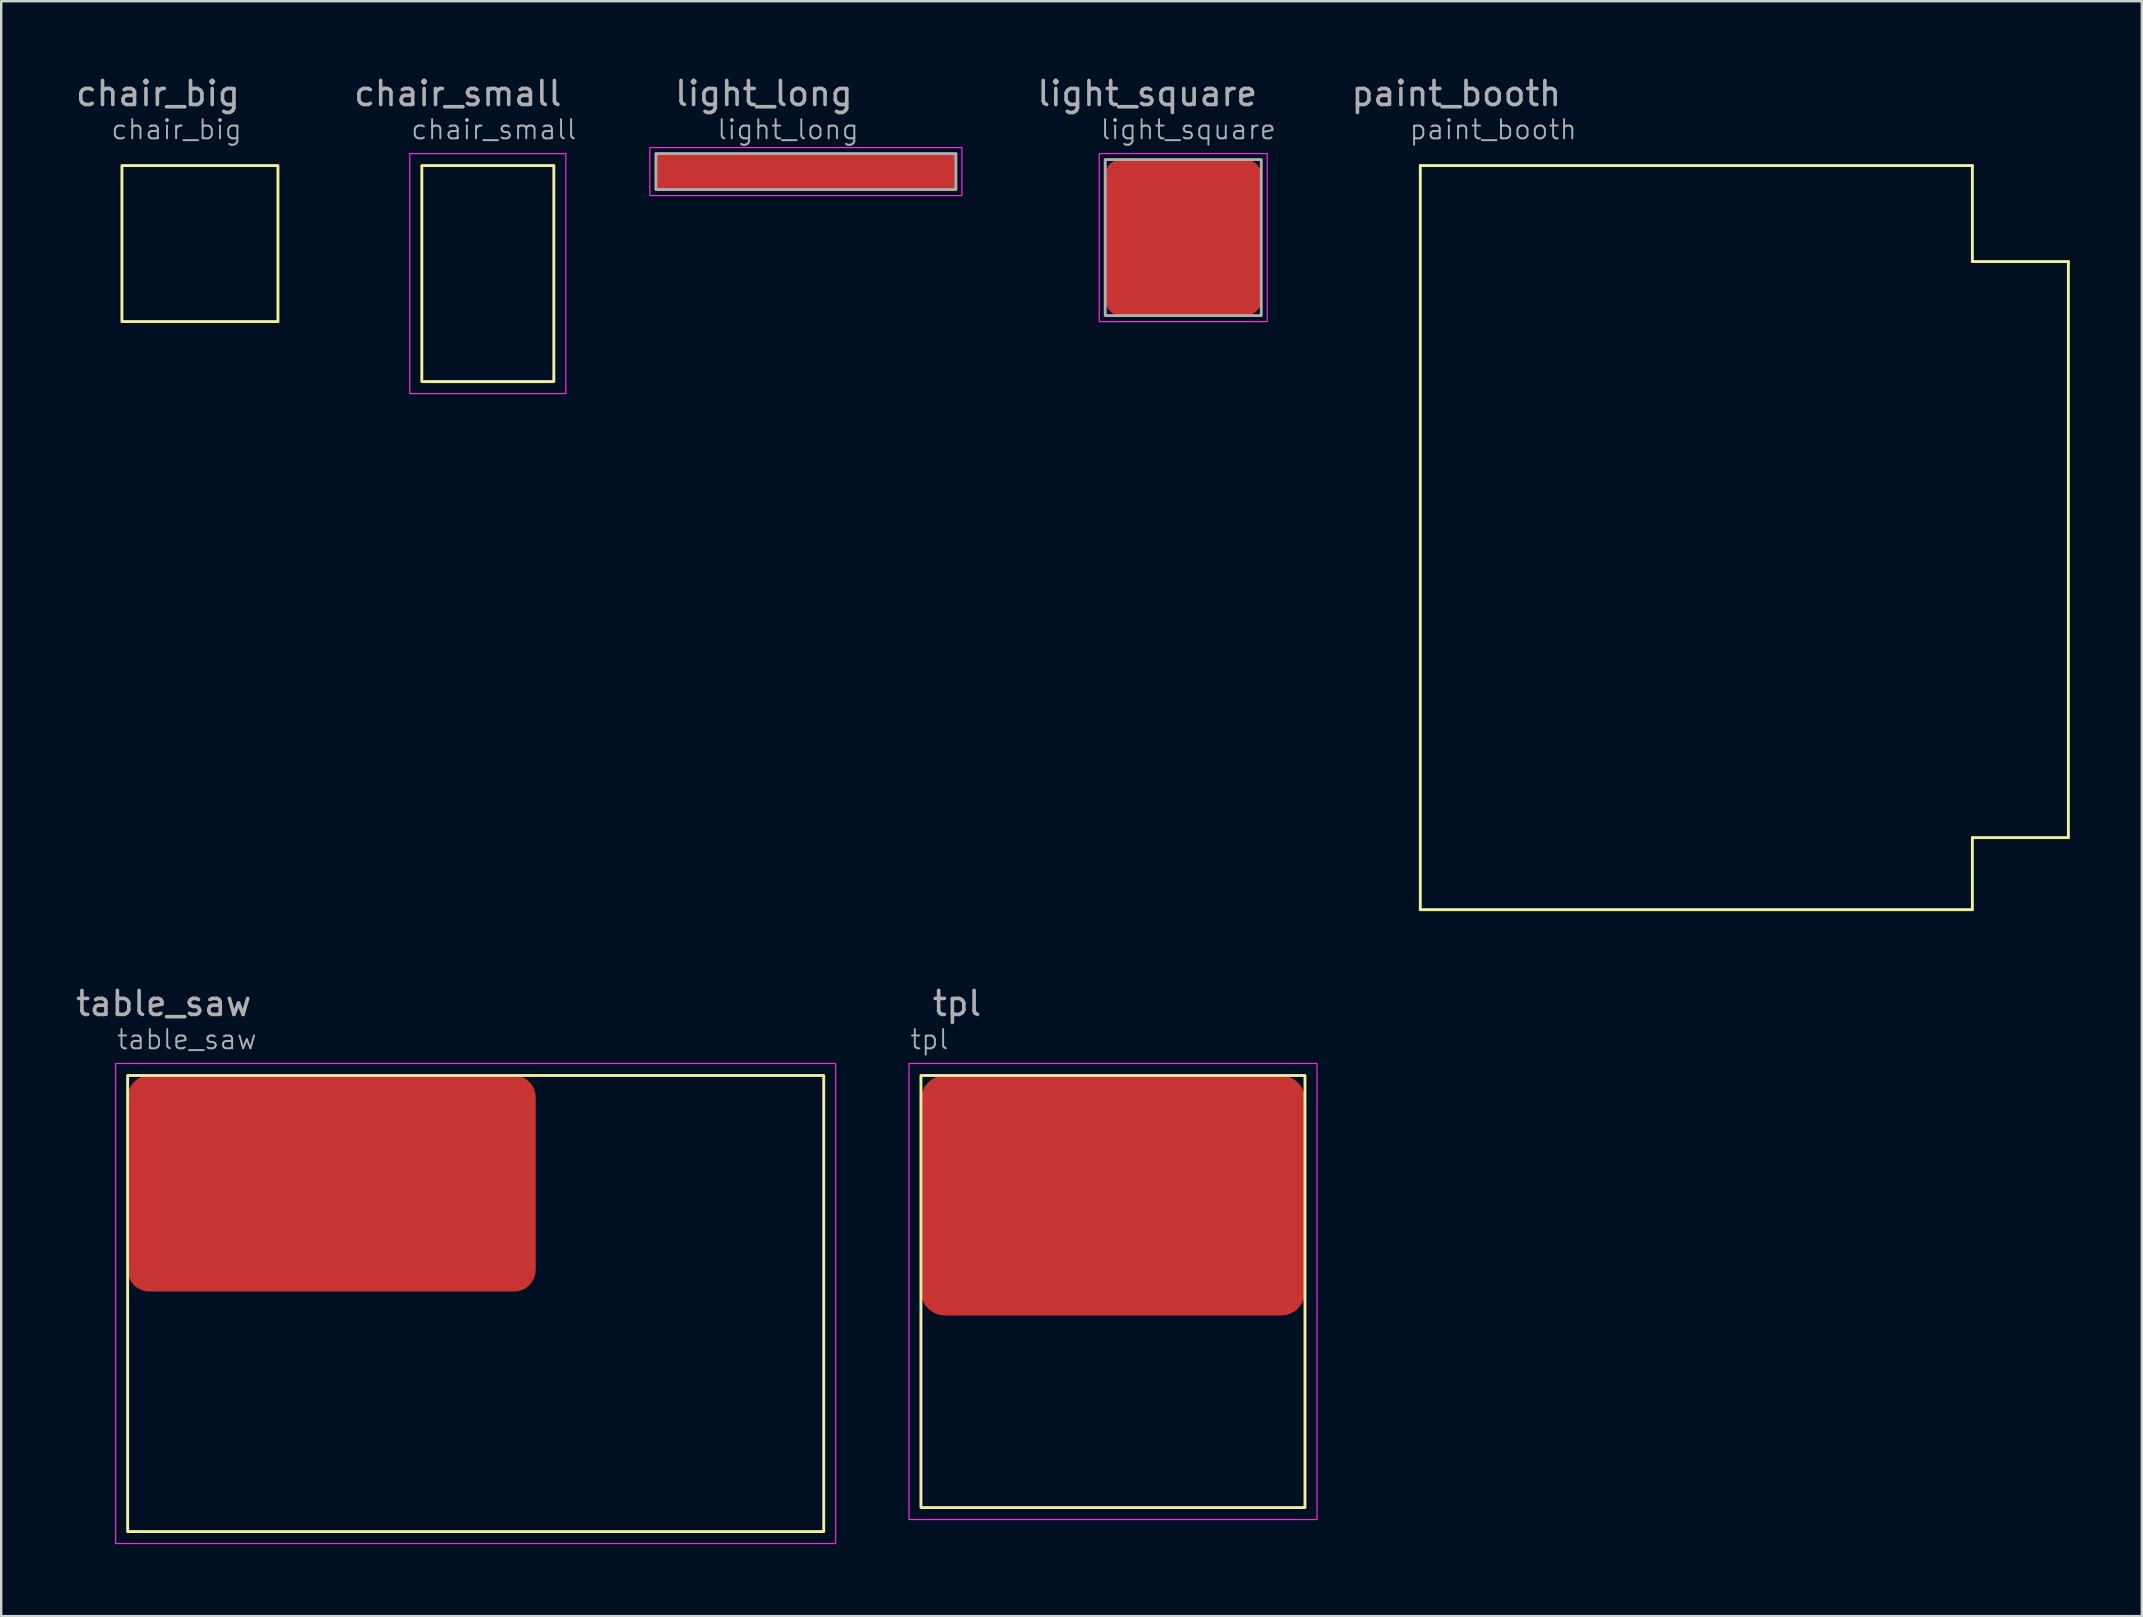
<source format=kicad_pcb>
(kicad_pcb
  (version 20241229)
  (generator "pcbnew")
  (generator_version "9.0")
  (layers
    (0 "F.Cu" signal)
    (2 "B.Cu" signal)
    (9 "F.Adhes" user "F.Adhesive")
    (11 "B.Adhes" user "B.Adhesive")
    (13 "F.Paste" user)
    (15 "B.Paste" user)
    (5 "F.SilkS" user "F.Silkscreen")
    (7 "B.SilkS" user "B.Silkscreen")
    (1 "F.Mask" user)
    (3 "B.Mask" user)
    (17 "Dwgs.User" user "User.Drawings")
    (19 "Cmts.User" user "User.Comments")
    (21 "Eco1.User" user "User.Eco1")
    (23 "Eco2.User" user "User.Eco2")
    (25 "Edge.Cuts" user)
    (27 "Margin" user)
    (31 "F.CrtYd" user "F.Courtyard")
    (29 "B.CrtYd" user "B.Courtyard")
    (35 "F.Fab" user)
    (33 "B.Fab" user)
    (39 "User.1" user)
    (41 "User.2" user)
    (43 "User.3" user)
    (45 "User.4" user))
  (footprint "light_square"
    (layer "F.Cu")
    (at 46.246 6.848)
    (property "Reference" "light_square" (at -3.5 -4.5 0) (unlocked yes) (layer "F.Fab") (effects (font (size 0.8 0.8) (thickness 0.08)) (justify left)))
    (attr through_hole)
    (fp_rect (start -3.5 -3.5) (end 3.5 3.5) (stroke (width 0.05) (type solid)) (fill no) (layer "F.CrtYd"))
    (fp_rect (start -3.25 -3.25) (end 3.25 3.25) (stroke (width 0.12) (type solid)) (fill no) (layer "F.Fab"))
    (fp_text user "${REFERENCE}" (at -1.5 -6 0) (unlocked yes) (layer "F.Fab") (effects (font (size 1 1) (thickness 0.15))))
    (pad "1" smd roundrect (at 0 0) (size 6.5 6.5) (layers "F.Cu" "F.Mask" "F.Paste") (roundrect_rratio 0.1)))
  (footprint "paint_booth"
    (layer "F.Cu")
    (at 56.122 3.848)
    (property "Reference" "paint_booth" (at -0.5 -1.5 0) (unlocked yes) (layer "F.Fab") (effects (font (size 0.8 0.8) (thickness 0.08)) (justify left)))
    (attr smd)
    (fp_line (start 0 0) (end 23 0) (stroke (width 0.12) (type solid)) (layer "F.SilkS"))
    (fp_line (start 0 31) (end 0 0) (stroke (width 0.12) (type solid)) (layer "F.SilkS"))
    (fp_line (start 23 0) (end 23 4) (stroke (width 0.12) (type solid)) (layer "F.SilkS"))
    (fp_line (start 23 4) (end 27 4) (stroke (width 0.12) (type solid)) (layer "F.SilkS"))
    (fp_line (start 23 28) (end 23 31) (stroke (width 0.12) (type solid)) (layer "F.SilkS"))
    (fp_line (start 23 31) (end 0 31) (stroke (width 0.12) (type solid)) (layer "F.SilkS"))
    (fp_line (start 27 4) (end 27 28) (stroke (width 0.12) (type solid)) (layer "F.SilkS"))
    (fp_line (start 27 28) (end 23 28) (stroke (width 0.12) (type solid)) (layer "F.SilkS"))
    (fp_text user "${REFERENCE}" (at 1.5 -3 0) (unlocked yes) (layer "F.Fab") (effects (font (size 1 1) (thickness 0.15)))))
  (footprint "tpl"
    (layer "F.Cu")
    (at 35.318 41.757)
    (property "Reference" "tpl" (at -0.5 -1.5 0) (unlocked yes) (layer "F.Fab") (effects (font (size 0.8 0.8) (thickness 0.08)) (justify left)))
    (attr smd)
    (fp_rect (start 0 0) (end 16 18) (stroke (width 0.12) (type solid)) (fill no) (layer "F.SilkS"))
    (fp_rect (start -0.5 -0.5) (end 16.5 18.5) (stroke (width 0.05) (type solid)) (fill no) (layer "F.CrtYd"))
    (fp_text user "${REFERENCE}" (at 1.5 -3 0) (unlocked yes) (layer "F.Fab") (effects (font (size 1 1) (thickness 0.15))))
    (pad "1" smd roundrect (at 8 5) (size 16 10) (layers "F.Cu" "F.Mask" "F.Paste") (roundrect_rratio 0.1)))
  (footprint "chair_big"
    (layer "F.Cu")
    (at 5.28 7.098)
    (property "Reference" "chair_big" (at -3.75 -4.75 0) (unlocked yes) (layer "F.Fab") (effects (font (size 0.8 0.8) (thickness 0.08)) (justify left)))
    (attr smd)
    (fp_rect (start -3.25 -3.25) (end 3.25 3.25) (stroke (width 0.12) (type solid)) (fill no) (layer "F.SilkS"))
    (fp_text user "${REFERENCE}" (at -1.75 -6.25 0) (unlocked yes) (layer "F.Fab") (effects (font (size 1 1) (thickness 0.15))))
    (pad "" smd roundrect (at 0 0) (size 6.5 6.5) (layers "F.Paste") (roundrect_rratio 0.25)))
  (footprint "table_saw"
    (layer "F.Cu")
    (at 2.268 41.757)
    (property "Reference" "table_saw" (at -0.5 -1.5 0) (unlocked yes) (layer "F.Fab") (effects (font (size 0.8 0.8) (thickness 0.08)) (justify left)))
    (attr smd)
    (fp_rect (start 0 0) (end 29 19) (stroke (width 0.12) (type solid)) (fill no) (layer "F.SilkS"))
    (fp_rect (start -0.5 -0.5) (end 29.5 19.5) (stroke (width 0.05) (type solid)) (fill no) (layer "F.CrtYd"))
    (fp_text user "${REFERENCE}" (at 1.5 -3 0) (unlocked yes) (layer "F.Fab") (effects (font (size 1 1) (thickness 0.15))))
    (pad "1" smd roundrect (at 8.5 4.5) (size 17 9) (layers "F.Cu" "F.Mask" "F.Paste") (roundrect_rratio 0.1)))
  (footprint "chair_small"
    (layer "F.Cu")
    (at 14.524 3.848)
    (property "Reference" "chair_small" (at -0.5 -1.5 0) (unlocked yes) (layer "F.Fab") (effects (font (size 0.8 0.8) (thickness 0.08)) (justify left)))
    (attr smd)
    (fp_rect (start 0 0) (end 5.5 9) (stroke (width 0.12) (type solid)) (fill no) (layer "F.SilkS"))
    (fp_rect (start -0.5 -0.5) (end 6 9.5) (stroke (width 0.05) (type solid)) (fill no) (layer "F.CrtYd"))
    (fp_text user "${REFERENCE}" (at 1.5 -3 0) (unlocked yes) (layer "F.Fab") (effects (font (size 1 1) (thickness 0.15))))
    (pad "" smd roundrect (at 2.75 2.5) (size 5.5 5) (layers "F.Paste") (roundrect_rratio 0.1)))
  (footprint "light_long"
    (layer "F.Cu")
    (at 30.525 4.098)
    (property "Reference" "light_long" (at -3.75 -1.75 0) (unlocked yes) (layer "F.Fab") (effects (font (size 0.8 0.8) (thickness 0.08)) (justify left)))
    (attr through_hole)
    (fp_rect (start -6.5 -1) (end 6.5 1) (stroke (width 0.05) (type solid)) (fill no) (layer "F.CrtYd"))
    (fp_rect (start -6.25 -0.75) (end 6.25 0.75) (stroke (width 0.12) (type solid)) (fill no) (layer "F.Fab"))
    (fp_text user "${REFERENCE}" (at -1.75 -3.25 0) (unlocked yes) (layer "F.Fab") (effects (font (size 1 1) (thickness 0.15))))
    (pad "1" smd roundrect (at 0 0) (size 12.5 1.5) (layers "F.Cu" "F.Mask" "F.Paste") (roundrect_rratio 0.1)))
  (gr_rect
    (start -3 -3)
    (end 86.182 64.281)
    (stroke (width 0.1) (type default))
    (fill no)
    (layer "Edge.Cuts")))
</source>
